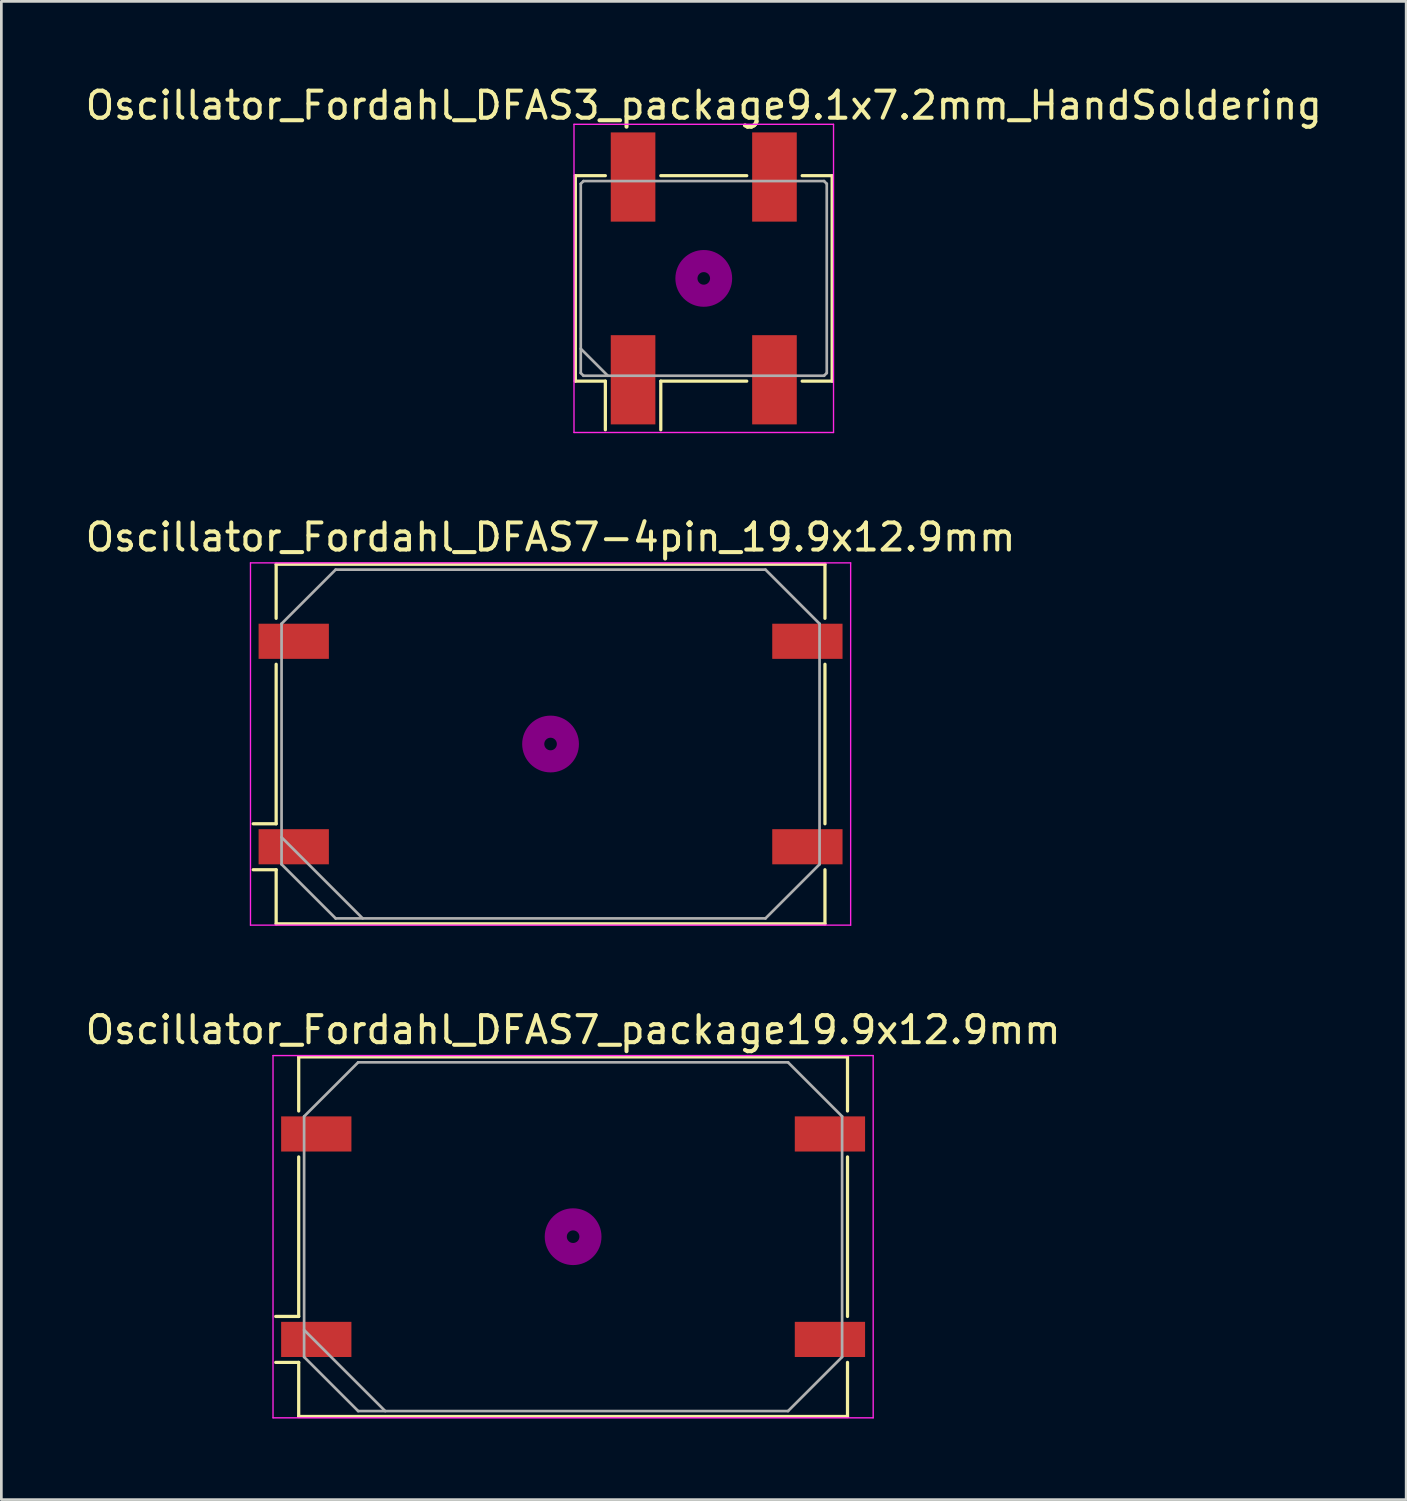
<source format=kicad_pcb>
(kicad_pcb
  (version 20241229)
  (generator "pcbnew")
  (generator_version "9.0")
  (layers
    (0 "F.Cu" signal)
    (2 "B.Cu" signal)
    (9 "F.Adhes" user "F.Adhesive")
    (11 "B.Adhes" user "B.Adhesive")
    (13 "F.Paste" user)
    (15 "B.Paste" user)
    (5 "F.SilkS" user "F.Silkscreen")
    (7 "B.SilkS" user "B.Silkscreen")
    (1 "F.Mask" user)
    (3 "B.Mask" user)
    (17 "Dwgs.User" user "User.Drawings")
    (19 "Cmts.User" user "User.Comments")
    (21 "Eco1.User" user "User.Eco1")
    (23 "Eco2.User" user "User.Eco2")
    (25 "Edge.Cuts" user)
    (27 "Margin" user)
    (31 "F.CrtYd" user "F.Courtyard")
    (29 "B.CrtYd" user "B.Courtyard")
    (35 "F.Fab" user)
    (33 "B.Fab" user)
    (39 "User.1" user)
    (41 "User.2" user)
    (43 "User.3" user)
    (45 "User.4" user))
  (footprint "Oscillator_Fordahl_DFAS7_package19.9x12.9mm"
    (layer "F.Cu")
    (at 18.149 42.695)
    (property "Reference" "Oscillator_Fordahl_DFAS7_package19.9x12.9mm" (at 0 -7.65 0) (layer "F.SilkS") (effects (font (size 1 1) (thickness 0.15))))
    (attr smd)
    (fp_line (start -11 2.95) (end -10.15 2.95) (stroke (width 0.12) (type solid)) (layer "F.SilkS"))
    (fp_line (start -11 4.65) (end -10.15 4.65) (stroke (width 0.12) (type solid)) (layer "F.SilkS"))
    (fp_line (start -10.15 -6.65) (end 10.15 -6.65) (stroke (width 0.12) (type solid)) (layer "F.SilkS"))
    (fp_line (start -10.15 -4.65) (end -10.15 -6.65) (stroke (width 0.12) (type solid)) (layer "F.SilkS"))
    (fp_line (start -10.15 2.95) (end -10.15 -2.95) (stroke (width 0.12) (type solid)) (layer "F.SilkS"))
    (fp_line (start -10.15 4.65) (end -10.15 6.65) (stroke (width 0.12) (type solid)) (layer "F.SilkS"))
    (fp_line (start -10.15 6.65) (end 10.15 6.65) (stroke (width 0.12) (type solid)) (layer "F.SilkS"))
    (fp_line (start 10.15 -6.65) (end 10.15 -4.65) (stroke (width 0.12) (type solid)) (layer "F.SilkS"))
    (fp_line (start 10.15 -2.95) (end 10.15 2.95) (stroke (width 0.12) (type solid)) (layer "F.SilkS"))
    (fp_line (start 10.15 6.65) (end 10.15 4.65) (stroke (width 0.12) (type solid)) (layer "F.SilkS"))
    (fp_circle (center 0 0) (end 0.233 0) (stroke (width 0.467) (type solid)) (fill no) (layer "F.Adhes"))
    (fp_circle (center 0 0) (end 0.533 0) (stroke (width 0.333) (type solid)) (fill no) (layer "F.Adhes"))
    (fp_circle (center 0 0) (end 0.833 0) (stroke (width 0.333) (type solid)) (fill no) (layer "F.Adhes"))
    (fp_circle (center 0 0) (end 1 0) (stroke (width 0.1) (type solid)) (fill no) (layer "F.Adhes"))
    (fp_line (start -11.1 -6.7) (end -11.1 6.7) (stroke (width 0.05) (type solid)) (layer "F.CrtYd"))
    (fp_line (start -11.1 6.7) (end 11.1 6.7) (stroke (width 0.05) (type solid)) (layer "F.CrtYd"))
    (fp_line (start 11.1 -6.7) (end -11.1 -6.7) (stroke (width 0.05) (type solid)) (layer "F.CrtYd"))
    (fp_line (start 11.1 6.7) (end 11.1 -6.7) (stroke (width 0.05) (type solid)) (layer "F.CrtYd"))
    (fp_line (start -9.95 -4.45) (end -7.95 -6.45) (stroke (width 0.1) (type solid)) (layer "F.Fab"))
    (fp_line (start -9.95 3.45) (end -6.95 6.45) (stroke (width 0.1) (type solid)) (layer "F.Fab"))
    (fp_line (start -9.95 4.45) (end -9.95 -4.45) (stroke (width 0.1) (type solid)) (layer "F.Fab"))
    (fp_line (start -7.95 -6.45) (end 7.95 -6.45) (stroke (width 0.1) (type solid)) (layer "F.Fab"))
    (fp_line (start -7.95 6.45) (end -9.95 4.45) (stroke (width 0.1) (type solid)) (layer "F.Fab"))
    (fp_line (start 7.95 -6.45) (end 9.95 -4.45) (stroke (width 0.1) (type solid)) (layer "F.Fab"))
    (fp_line (start 7.95 6.45) (end -7.95 6.45) (stroke (width 0.1) (type solid)) (layer "F.Fab"))
    (fp_line (start 9.95 -4.45) (end 9.95 4.45) (stroke (width 0.1) (type solid)) (layer "F.Fab"))
    (fp_line (start 9.95 4.45) (end 7.95 6.45) (stroke (width 0.1) (type solid)) (layer "F.Fab"))
    (pad "1" smd rect (at -9.5 3.8) (size 2.6 1.3) (layers "F.Cu" "F.Mask"))
    (pad "2" smd rect (at 9.5 3.8) (size 2.6 1.3) (layers "F.Cu" "F.Mask"))
    (pad "3" smd rect (at 9.5 -3.8) (size 2.6 1.3) (layers "F.Cu" "F.Mask"))
    (pad "4" smd rect (at -9.5 -3.8) (size 2.6 1.3) (layers "F.Cu" "F.Mask")))
  (footprint "Oscillator_Fordahl_DFAS3_package9.1x7.2mm_HandSoldering"
    (layer "F.Cu")
    (at 22.982 7.248)
    (property "Reference" "Oscillator_Fordahl_DFAS3_package9.1x7.2mm_HandSoldering" (at 0 -6.4 0) (layer "F.SilkS") (effects (font (size 1 1) (thickness 0.15))))
    (attr smd)
    (fp_line (start -4.75 -3.8) (end -3.64 -3.8) (stroke (width 0.12) (type solid)) (layer "F.SilkS"))
    (fp_line (start -4.75 3.8) (end -4.75 -3.8) (stroke (width 0.12) (type solid)) (layer "F.SilkS"))
    (fp_line (start -3.64 3.8) (end -4.75 3.8) (stroke (width 0.12) (type solid)) (layer "F.SilkS"))
    (fp_line (start -3.64 5.6) (end -3.64 3.8) (stroke (width 0.12) (type solid)) (layer "F.SilkS"))
    (fp_line (start -1.59 -3.8) (end 1.59 -3.8) (stroke (width 0.12) (type solid)) (layer "F.SilkS"))
    (fp_line (start -1.59 3.8) (end -1.59 5.6) (stroke (width 0.12) (type solid)) (layer "F.SilkS"))
    (fp_line (start 1.59 3.8) (end -1.59 3.8) (stroke (width 0.12) (type solid)) (layer "F.SilkS"))
    (fp_line (start 3.64 -3.8) (end 4.75 -3.8) (stroke (width 0.12) (type solid)) (layer "F.SilkS"))
    (fp_line (start 4.75 -3.8) (end 4.75 3.8) (stroke (width 0.12) (type solid)) (layer "F.SilkS"))
    (fp_line (start 4.75 3.8) (end 3.64 3.8) (stroke (width 0.12) (type solid)) (layer "F.SilkS"))
    (fp_circle (center 0 0) (end 0.233 0) (stroke (width 0.467) (type solid)) (fill no) (layer "F.Adhes"))
    (fp_circle (center 0 0) (end 0.533 0) (stroke (width 0.333) (type solid)) (fill no) (layer "F.Adhes"))
    (fp_circle (center 0 0) (end 0.833 0) (stroke (width 0.333) (type solid)) (fill no) (layer "F.Adhes"))
    (fp_circle (center 0 0) (end 1 0) (stroke (width 0.1) (type solid)) (fill no) (layer "F.Adhes"))
    (fp_line (start -4.8 -5.7) (end -4.8 5.7) (stroke (width 0.05) (type solid)) (layer "F.CrtYd"))
    (fp_line (start -4.8 5.7) (end 4.8 5.7) (stroke (width 0.05) (type solid)) (layer "F.CrtYd"))
    (fp_line (start 4.8 -5.7) (end -4.8 -5.7) (stroke (width 0.05) (type solid)) (layer "F.CrtYd"))
    (fp_line (start 4.8 5.7) (end 4.8 -5.7) (stroke (width 0.05) (type solid)) (layer "F.CrtYd"))
    (fp_line (start -4.55 -3.5) (end -4.45 -3.6) (stroke (width 0.1) (type solid)) (layer "F.Fab"))
    (fp_line (start -4.55 2.6) (end -3.55 3.6) (stroke (width 0.1) (type solid)) (layer "F.Fab"))
    (fp_line (start -4.55 3.5) (end -4.55 -3.5) (stroke (width 0.1) (type solid)) (layer "F.Fab"))
    (fp_line (start -4.45 -3.6) (end 4.45 -3.6) (stroke (width 0.1) (type solid)) (layer "F.Fab"))
    (fp_line (start -4.45 3.6) (end -4.55 3.5) (stroke (width 0.1) (type solid)) (layer "F.Fab"))
    (fp_line (start 4.45 -3.6) (end 4.55 -3.5) (stroke (width 0.1) (type solid)) (layer "F.Fab"))
    (fp_line (start 4.45 3.6) (end -4.45 3.6) (stroke (width 0.1) (type solid)) (layer "F.Fab"))
    (fp_line (start 4.55 -3.5) (end 4.55 3.5) (stroke (width 0.1) (type solid)) (layer "F.Fab"))
    (fp_line (start 4.55 3.5) (end 4.45 3.6) (stroke (width 0.1) (type solid)) (layer "F.Fab"))
    (pad "1" smd rect (at -2.615 3.75) (size 1.65 3.3) (layers "F.Cu" "F.Mask"))
    (pad "2" smd rect (at 2.615 3.75) (size 1.65 3.3) (layers "F.Cu" "F.Mask"))
    (pad "3" smd rect (at 2.615 -3.75) (size 1.65 3.3) (layers "F.Cu" "F.Mask"))
    (pad "4" smd rect (at -2.615 -3.75) (size 1.65 3.3) (layers "F.Cu" "F.Mask")))
  (footprint "Oscillator_Fordahl_DFAS7-4pin_19.9x12.9mm"
    (layer "F.Cu")
    (at 17.315 24.471)
    (property "Reference" "Oscillator_Fordahl_DFAS7-4pin_19.9x12.9mm" (at 0 -7.65 0) (layer "F.SilkS") (effects (font (size 1 1) (thickness 0.15))))
    (attr smd)
    (fp_line (start -11 2.95) (end -10.15 2.95) (stroke (width 0.12) (type solid)) (layer "F.SilkS"))
    (fp_line (start -11 4.65) (end -10.15 4.65) (stroke (width 0.12) (type solid)) (layer "F.SilkS"))
    (fp_line (start -10.15 -6.65) (end 10.15 -6.65) (stroke (width 0.12) (type solid)) (layer "F.SilkS"))
    (fp_line (start -10.15 -4.65) (end -10.15 -6.65) (stroke (width 0.12) (type solid)) (layer "F.SilkS"))
    (fp_line (start -10.15 2.95) (end -10.15 -2.95) (stroke (width 0.12) (type solid)) (layer "F.SilkS"))
    (fp_line (start -10.15 4.65) (end -10.15 6.65) (stroke (width 0.12) (type solid)) (layer "F.SilkS"))
    (fp_line (start -10.15 6.65) (end 10.15 6.65) (stroke (width 0.12) (type solid)) (layer "F.SilkS"))
    (fp_line (start 10.15 -6.65) (end 10.15 -4.65) (stroke (width 0.12) (type solid)) (layer "F.SilkS"))
    (fp_line (start 10.15 -2.95) (end 10.15 2.95) (stroke (width 0.12) (type solid)) (layer "F.SilkS"))
    (fp_line (start 10.15 6.65) (end 10.15 4.65) (stroke (width 0.12) (type solid)) (layer "F.SilkS"))
    (fp_circle (center 0 0) (end 0.233 0) (stroke (width 0.467) (type solid)) (fill no) (layer "F.Adhes"))
    (fp_circle (center 0 0) (end 0.533 0) (stroke (width 0.333) (type solid)) (fill no) (layer "F.Adhes"))
    (fp_circle (center 0 0) (end 0.833 0) (stroke (width 0.333) (type solid)) (fill no) (layer "F.Adhes"))
    (fp_circle (center 0 0) (end 1 0) (stroke (width 0.1) (type solid)) (fill no) (layer "F.Adhes"))
    (fp_line (start -11.1 -6.7) (end -11.1 6.7) (stroke (width 0.05) (type solid)) (layer "F.CrtYd"))
    (fp_line (start -11.1 6.7) (end 11.1 6.7) (stroke (width 0.05) (type solid)) (layer "F.CrtYd"))
    (fp_line (start 11.1 -6.7) (end -11.1 -6.7) (stroke (width 0.05) (type solid)) (layer "F.CrtYd"))
    (fp_line (start 11.1 6.7) (end 11.1 -6.7) (stroke (width 0.05) (type solid)) (layer "F.CrtYd"))
    (fp_line (start -9.95 -4.45) (end -7.95 -6.45) (stroke (width 0.1) (type solid)) (layer "F.Fab"))
    (fp_line (start -9.95 3.45) (end -6.95 6.45) (stroke (width 0.1) (type solid)) (layer "F.Fab"))
    (fp_line (start -9.95 4.45) (end -9.95 -4.45) (stroke (width 0.1) (type solid)) (layer "F.Fab"))
    (fp_line (start -7.95 -6.45) (end 7.95 -6.45) (stroke (width 0.1) (type solid)) (layer "F.Fab"))
    (fp_line (start -7.95 6.45) (end -9.95 4.45) (stroke (width 0.1) (type solid)) (layer "F.Fab"))
    (fp_line (start 7.95 -6.45) (end 9.95 -4.45) (stroke (width 0.1) (type solid)) (layer "F.Fab"))
    (fp_line (start 7.95 6.45) (end -7.95 6.45) (stroke (width 0.1) (type solid)) (layer "F.Fab"))
    (fp_line (start 9.95 -4.45) (end 9.95 4.45) (stroke (width 0.1) (type solid)) (layer "F.Fab"))
    (fp_line (start 9.95 4.45) (end 7.95 6.45) (stroke (width 0.1) (type solid)) (layer "F.Fab"))
    (pad "1" smd rect (at -9.5 3.8) (size 2.6 1.3) (layers "F.Cu" "F.Mask"))
    (pad "2" smd rect (at 9.5 3.8) (size 2.6 1.3) (layers "F.Cu" "F.Mask"))
    (pad "3" smd rect (at 9.5 -3.8) (size 2.6 1.3) (layers "F.Cu" "F.Mask"))
    (pad "4" smd rect (at -9.5 -3.8) (size 2.6 1.3) (layers "F.Cu" "F.Mask")))
  (gr_rect
    (start -3 -3)
    (end 48.964 52.42)
    (stroke (width 0.1) (type default))
    (fill no)
    (layer "Edge.Cuts")))
</source>
